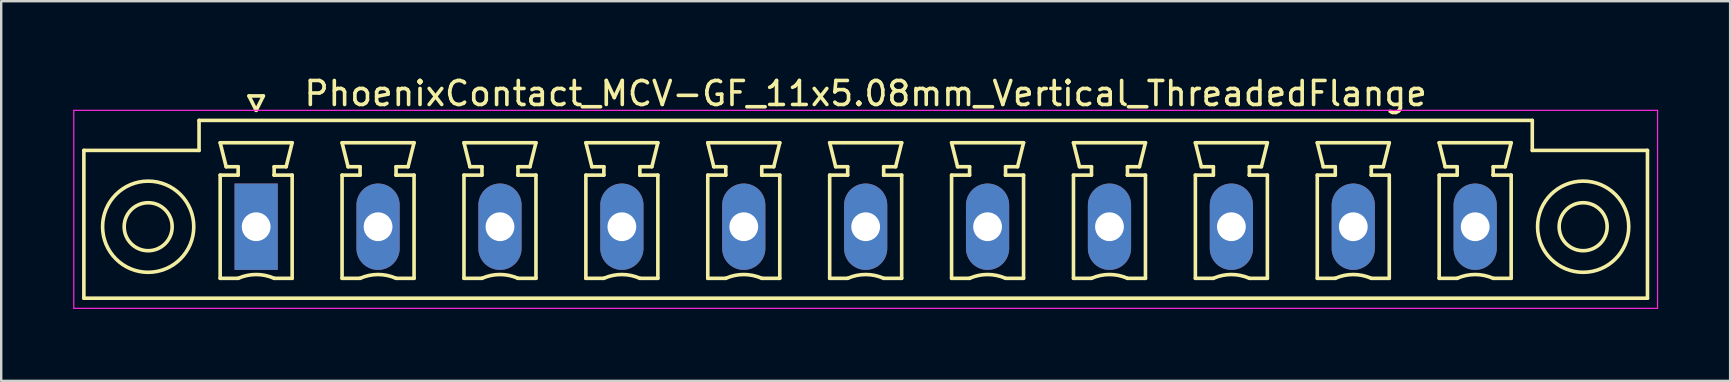
<source format=kicad_pcb>
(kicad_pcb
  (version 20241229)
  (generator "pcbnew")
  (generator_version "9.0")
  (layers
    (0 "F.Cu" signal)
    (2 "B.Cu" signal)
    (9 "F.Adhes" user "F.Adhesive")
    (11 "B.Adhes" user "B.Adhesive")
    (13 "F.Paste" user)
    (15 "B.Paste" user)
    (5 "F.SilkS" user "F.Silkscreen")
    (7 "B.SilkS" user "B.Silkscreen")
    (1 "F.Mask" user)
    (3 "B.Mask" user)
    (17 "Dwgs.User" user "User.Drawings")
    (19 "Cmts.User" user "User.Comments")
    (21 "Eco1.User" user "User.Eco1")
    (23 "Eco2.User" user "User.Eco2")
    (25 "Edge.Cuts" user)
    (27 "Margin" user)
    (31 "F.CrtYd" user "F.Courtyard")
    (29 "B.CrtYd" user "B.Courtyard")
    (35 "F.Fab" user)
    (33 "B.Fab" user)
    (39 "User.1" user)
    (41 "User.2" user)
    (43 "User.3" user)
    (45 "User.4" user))
  (footprint "PhoenixContact_MCV-GF_11x5.08mm_Vertical_ThreadedFlange"
    (layer "F.Cu")
    (at 7.625 6.398)
    (property "Reference" "PhoenixContact_MCV-GF_11x5.08mm_Vertical_ThreadedFlange" (at 25.4 -5.55 0) (layer "F.SilkS") (effects (font (size 1 1) (thickness 0.15))))
    (attr through_hole)
    (fp_line (start -7.18 -3.18) (end -7.18 2.98) (stroke (width 0.15) (type solid)) (layer "F.SilkS"))
    (fp_line (start -7.18 2.98) (end 57.98 2.98) (stroke (width 0.15) (type solid)) (layer "F.SilkS"))
    (fp_line (start -2.38 -4.43) (end -2.38 -3.18) (stroke (width 0.15) (type solid)) (layer "F.SilkS"))
    (fp_line (start -2.38 -3.18) (end -7.18 -3.18) (stroke (width 0.15) (type solid)) (layer "F.SilkS"))
    (fp_line (start -1.5 -3.5) (end 1.5 -3.5) (stroke (width 0.15) (type solid)) (layer "F.SilkS"))
    (fp_line (start -1.5 -2.15) (end -0.75 -2.15) (stroke (width 0.15) (type solid)) (layer "F.SilkS"))
    (fp_line (start -1.5 2.15) (end -1.5 -2.15) (stroke (width 0.15) (type solid)) (layer "F.SilkS"))
    (fp_line (start -1.25 -2.5) (end -1.5 -3.5) (stroke (width 0.15) (type solid)) (layer "F.SilkS"))
    (fp_line (start -0.75 -2.5) (end -1.25 -2.5) (stroke (width 0.15) (type solid)) (layer "F.SilkS"))
    (fp_line (start -0.75 -2.15) (end -0.75 -2.5) (stroke (width 0.15) (type solid)) (layer "F.SilkS"))
    (fp_line (start -0.75 2.15) (end -1.5 2.15) (stroke (width 0.15) (type solid)) (layer "F.SilkS"))
    (fp_line (start -0.3 -5.45) (end 0 -4.85) (stroke (width 0.15) (type solid)) (layer "F.SilkS"))
    (fp_line (start 0 -4.85) (end 0.3 -5.45) (stroke (width 0.15) (type solid)) (layer "F.SilkS"))
    (fp_line (start 0.3 -5.45) (end -0.3 -5.45) (stroke (width 0.15) (type solid)) (layer "F.SilkS"))
    (fp_line (start 0.75 -2.5) (end 0.75 -2.15) (stroke (width 0.15) (type solid)) (layer "F.SilkS"))
    (fp_line (start 0.75 -2.15) (end 0.75 -2.15) (stroke (width 0.15) (type solid)) (layer "F.SilkS"))
    (fp_line (start 0.75 -2.15) (end 1.5 -2.15) (stroke (width 0.15) (type solid)) (layer "F.SilkS"))
    (fp_line (start 1.25 -2.5) (end 0.75 -2.5) (stroke (width 0.15) (type solid)) (layer "F.SilkS"))
    (fp_line (start 1.5 -3.5) (end 1.25 -2.5) (stroke (width 0.15) (type solid)) (layer "F.SilkS"))
    (fp_line (start 1.5 -2.15) (end 1.5 2.15) (stroke (width 0.15) (type solid)) (layer "F.SilkS"))
    (fp_line (start 1.5 2.15) (end 0.75 2.15) (stroke (width 0.15) (type solid)) (layer "F.SilkS"))
    (fp_line (start 3.58 -3.5) (end 6.58 -3.5) (stroke (width 0.15) (type solid)) (layer "F.SilkS"))
    (fp_line (start 3.58 -2.15) (end 4.33 -2.15) (stroke (width 0.15) (type solid)) (layer "F.SilkS"))
    (fp_line (start 3.58 2.15) (end 3.58 -2.15) (stroke (width 0.15) (type solid)) (layer "F.SilkS"))
    (fp_line (start 3.83 -2.5) (end 3.58 -3.5) (stroke (width 0.15) (type solid)) (layer "F.SilkS"))
    (fp_line (start 4.33 -2.5) (end 3.83 -2.5) (stroke (width 0.15) (type solid)) (layer "F.SilkS"))
    (fp_line (start 4.33 -2.15) (end 4.33 -2.5) (stroke (width 0.15) (type solid)) (layer "F.SilkS"))
    (fp_line (start 4.33 2.15) (end 3.58 2.15) (stroke (width 0.15) (type solid)) (layer "F.SilkS"))
    (fp_line (start 5.83 -2.5) (end 5.83 -2.15) (stroke (width 0.15) (type solid)) (layer "F.SilkS"))
    (fp_line (start 5.83 -2.15) (end 5.83 -2.15) (stroke (width 0.15) (type solid)) (layer "F.SilkS"))
    (fp_line (start 5.83 -2.15) (end 6.58 -2.15) (stroke (width 0.15) (type solid)) (layer "F.SilkS"))
    (fp_line (start 6.33 -2.5) (end 5.83 -2.5) (stroke (width 0.15) (type solid)) (layer "F.SilkS"))
    (fp_line (start 6.58 -3.5) (end 6.33 -2.5) (stroke (width 0.15) (type solid)) (layer "F.SilkS"))
    (fp_line (start 6.58 -2.15) (end 6.58 2.15) (stroke (width 0.15) (type solid)) (layer "F.SilkS"))
    (fp_line (start 6.58 2.15) (end 5.83 2.15) (stroke (width 0.15) (type solid)) (layer "F.SilkS"))
    (fp_line (start 8.66 -3.5) (end 11.66 -3.5) (stroke (width 0.15) (type solid)) (layer "F.SilkS"))
    (fp_line (start 8.66 -2.15) (end 9.41 -2.15) (stroke (width 0.15) (type solid)) (layer "F.SilkS"))
    (fp_line (start 8.66 2.15) (end 8.66 -2.15) (stroke (width 0.15) (type solid)) (layer "F.SilkS"))
    (fp_line (start 8.91 -2.5) (end 8.66 -3.5) (stroke (width 0.15) (type solid)) (layer "F.SilkS"))
    (fp_line (start 9.41 -2.5) (end 8.91 -2.5) (stroke (width 0.15) (type solid)) (layer "F.SilkS"))
    (fp_line (start 9.41 -2.15) (end 9.41 -2.5) (stroke (width 0.15) (type solid)) (layer "F.SilkS"))
    (fp_line (start 9.41 2.15) (end 8.66 2.15) (stroke (width 0.15) (type solid)) (layer "F.SilkS"))
    (fp_line (start 10.91 -2.5) (end 10.91 -2.15) (stroke (width 0.15) (type solid)) (layer "F.SilkS"))
    (fp_line (start 10.91 -2.15) (end 10.91 -2.15) (stroke (width 0.15) (type solid)) (layer "F.SilkS"))
    (fp_line (start 10.91 -2.15) (end 11.66 -2.15) (stroke (width 0.15) (type solid)) (layer "F.SilkS"))
    (fp_line (start 11.41 -2.5) (end 10.91 -2.5) (stroke (width 0.15) (type solid)) (layer "F.SilkS"))
    (fp_line (start 11.66 -3.5) (end 11.41 -2.5) (stroke (width 0.15) (type solid)) (layer "F.SilkS"))
    (fp_line (start 11.66 -2.15) (end 11.66 2.15) (stroke (width 0.15) (type solid)) (layer "F.SilkS"))
    (fp_line (start 11.66 2.15) (end 10.91 2.15) (stroke (width 0.15) (type solid)) (layer "F.SilkS"))
    (fp_line (start 13.74 -3.5) (end 16.74 -3.5) (stroke (width 0.15) (type solid)) (layer "F.SilkS"))
    (fp_line (start 13.74 -2.15) (end 14.49 -2.15) (stroke (width 0.15) (type solid)) (layer "F.SilkS"))
    (fp_line (start 13.74 2.15) (end 13.74 -2.15) (stroke (width 0.15) (type solid)) (layer "F.SilkS"))
    (fp_line (start 13.99 -2.5) (end 13.74 -3.5) (stroke (width 0.15) (type solid)) (layer "F.SilkS"))
    (fp_line (start 14.49 -2.5) (end 13.99 -2.5) (stroke (width 0.15) (type solid)) (layer "F.SilkS"))
    (fp_line (start 14.49 -2.15) (end 14.49 -2.5) (stroke (width 0.15) (type solid)) (layer "F.SilkS"))
    (fp_line (start 14.49 2.15) (end 13.74 2.15) (stroke (width 0.15) (type solid)) (layer "F.SilkS"))
    (fp_line (start 15.99 -2.5) (end 15.99 -2.15) (stroke (width 0.15) (type solid)) (layer "F.SilkS"))
    (fp_line (start 15.99 -2.15) (end 15.99 -2.15) (stroke (width 0.15) (type solid)) (layer "F.SilkS"))
    (fp_line (start 15.99 -2.15) (end 16.74 -2.15) (stroke (width 0.15) (type solid)) (layer "F.SilkS"))
    (fp_line (start 16.49 -2.5) (end 15.99 -2.5) (stroke (width 0.15) (type solid)) (layer "F.SilkS"))
    (fp_line (start 16.74 -3.5) (end 16.49 -2.5) (stroke (width 0.15) (type solid)) (layer "F.SilkS"))
    (fp_line (start 16.74 -2.15) (end 16.74 2.15) (stroke (width 0.15) (type solid)) (layer "F.SilkS"))
    (fp_line (start 16.74 2.15) (end 15.99 2.15) (stroke (width 0.15) (type solid)) (layer "F.SilkS"))
    (fp_line (start 18.82 -3.5) (end 21.82 -3.5) (stroke (width 0.15) (type solid)) (layer "F.SilkS"))
    (fp_line (start 18.82 -2.15) (end 19.57 -2.15) (stroke (width 0.15) (type solid)) (layer "F.SilkS"))
    (fp_line (start 18.82 2.15) (end 18.82 -2.15) (stroke (width 0.15) (type solid)) (layer "F.SilkS"))
    (fp_line (start 19.07 -2.5) (end 18.82 -3.5) (stroke (width 0.15) (type solid)) (layer "F.SilkS"))
    (fp_line (start 19.57 -2.5) (end 19.07 -2.5) (stroke (width 0.15) (type solid)) (layer "F.SilkS"))
    (fp_line (start 19.57 -2.15) (end 19.57 -2.5) (stroke (width 0.15) (type solid)) (layer "F.SilkS"))
    (fp_line (start 19.57 2.15) (end 18.82 2.15) (stroke (width 0.15) (type solid)) (layer "F.SilkS"))
    (fp_line (start 21.07 -2.5) (end 21.07 -2.15) (stroke (width 0.15) (type solid)) (layer "F.SilkS"))
    (fp_line (start 21.07 -2.15) (end 21.07 -2.15) (stroke (width 0.15) (type solid)) (layer "F.SilkS"))
    (fp_line (start 21.07 -2.15) (end 21.82 -2.15) (stroke (width 0.15) (type solid)) (layer "F.SilkS"))
    (fp_line (start 21.57 -2.5) (end 21.07 -2.5) (stroke (width 0.15) (type solid)) (layer "F.SilkS"))
    (fp_line (start 21.82 -3.5) (end 21.57 -2.5) (stroke (width 0.15) (type solid)) (layer "F.SilkS"))
    (fp_line (start 21.82 -2.15) (end 21.82 2.15) (stroke (width 0.15) (type solid)) (layer "F.SilkS"))
    (fp_line (start 21.82 2.15) (end 21.07 2.15) (stroke (width 0.15) (type solid)) (layer "F.SilkS"))
    (fp_line (start 23.9 -3.5) (end 26.9 -3.5) (stroke (width 0.15) (type solid)) (layer "F.SilkS"))
    (fp_line (start 23.9 -2.15) (end 24.65 -2.15) (stroke (width 0.15) (type solid)) (layer "F.SilkS"))
    (fp_line (start 23.9 2.15) (end 23.9 -2.15) (stroke (width 0.15) (type solid)) (layer "F.SilkS"))
    (fp_line (start 24.15 -2.5) (end 23.9 -3.5) (stroke (width 0.15) (type solid)) (layer "F.SilkS"))
    (fp_line (start 24.65 -2.5) (end 24.15 -2.5) (stroke (width 0.15) (type solid)) (layer "F.SilkS"))
    (fp_line (start 24.65 -2.15) (end 24.65 -2.5) (stroke (width 0.15) (type solid)) (layer "F.SilkS"))
    (fp_line (start 24.65 2.15) (end 23.9 2.15) (stroke (width 0.15) (type solid)) (layer "F.SilkS"))
    (fp_line (start 26.15 -2.5) (end 26.15 -2.15) (stroke (width 0.15) (type solid)) (layer "F.SilkS"))
    (fp_line (start 26.15 -2.15) (end 26.15 -2.15) (stroke (width 0.15) (type solid)) (layer "F.SilkS"))
    (fp_line (start 26.15 -2.15) (end 26.9 -2.15) (stroke (width 0.15) (type solid)) (layer "F.SilkS"))
    (fp_line (start 26.65 -2.5) (end 26.15 -2.5) (stroke (width 0.15) (type solid)) (layer "F.SilkS"))
    (fp_line (start 26.9 -3.5) (end 26.65 -2.5) (stroke (width 0.15) (type solid)) (layer "F.SilkS"))
    (fp_line (start 26.9 -2.15) (end 26.9 2.15) (stroke (width 0.15) (type solid)) (layer "F.SilkS"))
    (fp_line (start 26.9 2.15) (end 26.15 2.15) (stroke (width 0.15) (type solid)) (layer "F.SilkS"))
    (fp_line (start 28.98 -3.5) (end 31.98 -3.5) (stroke (width 0.15) (type solid)) (layer "F.SilkS"))
    (fp_line (start 28.98 -2.15) (end 29.73 -2.15) (stroke (width 0.15) (type solid)) (layer "F.SilkS"))
    (fp_line (start 28.98 2.15) (end 28.98 -2.15) (stroke (width 0.15) (type solid)) (layer "F.SilkS"))
    (fp_line (start 29.23 -2.5) (end 28.98 -3.5) (stroke (width 0.15) (type solid)) (layer "F.SilkS"))
    (fp_line (start 29.73 -2.5) (end 29.23 -2.5) (stroke (width 0.15) (type solid)) (layer "F.SilkS"))
    (fp_line (start 29.73 -2.15) (end 29.73 -2.5) (stroke (width 0.15) (type solid)) (layer "F.SilkS"))
    (fp_line (start 29.73 2.15) (end 28.98 2.15) (stroke (width 0.15) (type solid)) (layer "F.SilkS"))
    (fp_line (start 31.23 -2.5) (end 31.23 -2.15) (stroke (width 0.15) (type solid)) (layer "F.SilkS"))
    (fp_line (start 31.23 -2.15) (end 31.23 -2.15) (stroke (width 0.15) (type solid)) (layer "F.SilkS"))
    (fp_line (start 31.23 -2.15) (end 31.98 -2.15) (stroke (width 0.15) (type solid)) (layer "F.SilkS"))
    (fp_line (start 31.73 -2.5) (end 31.23 -2.5) (stroke (width 0.15) (type solid)) (layer "F.SilkS"))
    (fp_line (start 31.98 -3.5) (end 31.73 -2.5) (stroke (width 0.15) (type solid)) (layer "F.SilkS"))
    (fp_line (start 31.98 -2.15) (end 31.98 2.15) (stroke (width 0.15) (type solid)) (layer "F.SilkS"))
    (fp_line (start 31.98 2.15) (end 31.23 2.15) (stroke (width 0.15) (type solid)) (layer "F.SilkS"))
    (fp_line (start 34.06 -3.5) (end 37.06 -3.5) (stroke (width 0.15) (type solid)) (layer "F.SilkS"))
    (fp_line (start 34.06 -2.15) (end 34.81 -2.15) (stroke (width 0.15) (type solid)) (layer "F.SilkS"))
    (fp_line (start 34.06 2.15) (end 34.06 -2.15) (stroke (width 0.15) (type solid)) (layer "F.SilkS"))
    (fp_line (start 34.31 -2.5) (end 34.06 -3.5) (stroke (width 0.15) (type solid)) (layer "F.SilkS"))
    (fp_line (start 34.81 -2.5) (end 34.31 -2.5) (stroke (width 0.15) (type solid)) (layer "F.SilkS"))
    (fp_line (start 34.81 -2.15) (end 34.81 -2.5) (stroke (width 0.15) (type solid)) (layer "F.SilkS"))
    (fp_line (start 34.81 2.15) (end 34.06 2.15) (stroke (width 0.15) (type solid)) (layer "F.SilkS"))
    (fp_line (start 36.31 -2.5) (end 36.31 -2.15) (stroke (width 0.15) (type solid)) (layer "F.SilkS"))
    (fp_line (start 36.31 -2.15) (end 36.31 -2.15) (stroke (width 0.15) (type solid)) (layer "F.SilkS"))
    (fp_line (start 36.31 -2.15) (end 37.06 -2.15) (stroke (width 0.15) (type solid)) (layer "F.SilkS"))
    (fp_line (start 36.81 -2.5) (end 36.31 -2.5) (stroke (width 0.15) (type solid)) (layer "F.SilkS"))
    (fp_line (start 37.06 -3.5) (end 36.81 -2.5) (stroke (width 0.15) (type solid)) (layer "F.SilkS"))
    (fp_line (start 37.06 -2.15) (end 37.06 2.15) (stroke (width 0.15) (type solid)) (layer "F.SilkS"))
    (fp_line (start 37.06 2.15) (end 36.31 2.15) (stroke (width 0.15) (type solid)) (layer "F.SilkS"))
    (fp_line (start 39.14 -3.5) (end 42.14 -3.5) (stroke (width 0.15) (type solid)) (layer "F.SilkS"))
    (fp_line (start 39.14 -2.15) (end 39.89 -2.15) (stroke (width 0.15) (type solid)) (layer "F.SilkS"))
    (fp_line (start 39.14 2.15) (end 39.14 -2.15) (stroke (width 0.15) (type solid)) (layer "F.SilkS"))
    (fp_line (start 39.39 -2.5) (end 39.14 -3.5) (stroke (width 0.15) (type solid)) (layer "F.SilkS"))
    (fp_line (start 39.89 -2.5) (end 39.39 -2.5) (stroke (width 0.15) (type solid)) (layer "F.SilkS"))
    (fp_line (start 39.89 -2.15) (end 39.89 -2.5) (stroke (width 0.15) (type solid)) (layer "F.SilkS"))
    (fp_line (start 39.89 2.15) (end 39.14 2.15) (stroke (width 0.15) (type solid)) (layer "F.SilkS"))
    (fp_line (start 41.39 -2.5) (end 41.39 -2.15) (stroke (width 0.15) (type solid)) (layer "F.SilkS"))
    (fp_line (start 41.39 -2.15) (end 41.39 -2.15) (stroke (width 0.15) (type solid)) (layer "F.SilkS"))
    (fp_line (start 41.39 -2.15) (end 42.14 -2.15) (stroke (width 0.15) (type solid)) (layer "F.SilkS"))
    (fp_line (start 41.89 -2.5) (end 41.39 -2.5) (stroke (width 0.15) (type solid)) (layer "F.SilkS"))
    (fp_line (start 42.14 -3.5) (end 41.89 -2.5) (stroke (width 0.15) (type solid)) (layer "F.SilkS"))
    (fp_line (start 42.14 -2.15) (end 42.14 2.15) (stroke (width 0.15) (type solid)) (layer "F.SilkS"))
    (fp_line (start 42.14 2.15) (end 41.39 2.15) (stroke (width 0.15) (type solid)) (layer "F.SilkS"))
    (fp_line (start 44.22 -3.5) (end 47.22 -3.5) (stroke (width 0.15) (type solid)) (layer "F.SilkS"))
    (fp_line (start 44.22 -2.15) (end 44.97 -2.15) (stroke (width 0.15) (type solid)) (layer "F.SilkS"))
    (fp_line (start 44.22 2.15) (end 44.22 -2.15) (stroke (width 0.15) (type solid)) (layer "F.SilkS"))
    (fp_line (start 44.47 -2.5) (end 44.22 -3.5) (stroke (width 0.15) (type solid)) (layer "F.SilkS"))
    (fp_line (start 44.97 -2.5) (end 44.47 -2.5) (stroke (width 0.15) (type solid)) (layer "F.SilkS"))
    (fp_line (start 44.97 -2.15) (end 44.97 -2.5) (stroke (width 0.15) (type solid)) (layer "F.SilkS"))
    (fp_line (start 44.97 2.15) (end 44.22 2.15) (stroke (width 0.15) (type solid)) (layer "F.SilkS"))
    (fp_line (start 46.47 -2.5) (end 46.47 -2.15) (stroke (width 0.15) (type solid)) (layer "F.SilkS"))
    (fp_line (start 46.47 -2.15) (end 46.47 -2.15) (stroke (width 0.15) (type solid)) (layer "F.SilkS"))
    (fp_line (start 46.47 -2.15) (end 47.22 -2.15) (stroke (width 0.15) (type solid)) (layer "F.SilkS"))
    (fp_line (start 46.97 -2.5) (end 46.47 -2.5) (stroke (width 0.15) (type solid)) (layer "F.SilkS"))
    (fp_line (start 47.22 -3.5) (end 46.97 -2.5) (stroke (width 0.15) (type solid)) (layer "F.SilkS"))
    (fp_line (start 47.22 -2.15) (end 47.22 2.15) (stroke (width 0.15) (type solid)) (layer "F.SilkS"))
    (fp_line (start 47.22 2.15) (end 46.47 2.15) (stroke (width 0.15) (type solid)) (layer "F.SilkS"))
    (fp_line (start 49.3 -3.5) (end 52.3 -3.5) (stroke (width 0.15) (type solid)) (layer "F.SilkS"))
    (fp_line (start 49.3 -2.15) (end 50.05 -2.15) (stroke (width 0.15) (type solid)) (layer "F.SilkS"))
    (fp_line (start 49.3 2.15) (end 49.3 -2.15) (stroke (width 0.15) (type solid)) (layer "F.SilkS"))
    (fp_line (start 49.55 -2.5) (end 49.3 -3.5) (stroke (width 0.15) (type solid)) (layer "F.SilkS"))
    (fp_line (start 50.05 -2.5) (end 49.55 -2.5) (stroke (width 0.15) (type solid)) (layer "F.SilkS"))
    (fp_line (start 50.05 -2.15) (end 50.05 -2.5) (stroke (width 0.15) (type solid)) (layer "F.SilkS"))
    (fp_line (start 50.05 2.15) (end 49.3 2.15) (stroke (width 0.15) (type solid)) (layer "F.SilkS"))
    (fp_line (start 51.55 -2.5) (end 51.55 -2.15) (stroke (width 0.15) (type solid)) (layer "F.SilkS"))
    (fp_line (start 51.55 -2.15) (end 51.55 -2.15) (stroke (width 0.15) (type solid)) (layer "F.SilkS"))
    (fp_line (start 51.55 -2.15) (end 52.3 -2.15) (stroke (width 0.15) (type solid)) (layer "F.SilkS"))
    (fp_line (start 52.05 -2.5) (end 51.55 -2.5) (stroke (width 0.15) (type solid)) (layer "F.SilkS"))
    (fp_line (start 52.3 -3.5) (end 52.05 -2.5) (stroke (width 0.15) (type solid)) (layer "F.SilkS"))
    (fp_line (start 52.3 -2.15) (end 52.3 2.15) (stroke (width 0.15) (type solid)) (layer "F.SilkS"))
    (fp_line (start 52.3 2.15) (end 51.55 2.15) (stroke (width 0.15) (type solid)) (layer "F.SilkS"))
    (fp_line (start 53.18 -4.43) (end -2.38 -4.43) (stroke (width 0.15) (type solid)) (layer "F.SilkS"))
    (fp_line (start 53.18 -3.18) (end 53.18 -4.43) (stroke (width 0.15) (type solid)) (layer "F.SilkS"))
    (fp_line (start 57.98 -3.18) (end 53.18 -3.18) (stroke (width 0.15) (type solid)) (layer "F.SilkS"))
    (fp_line (start 57.98 2.98) (end 57.98 -3.18) (stroke (width 0.15) (type solid)) (layer "F.SilkS"))
    (fp_arc (start -0.75 2.15) (mid -0.000193 1.99191) (end 0.749647 2.149844) (stroke (width 0.15) (type solid)) (layer "F.SilkS"))
    (fp_arc (start 4.33 2.15) (mid 5.079807 1.99191) (end 5.829647 2.149844) (stroke (width 0.15) (type solid)) (layer "F.SilkS"))
    (fp_arc (start 9.41 2.15) (mid 10.159807 1.99191) (end 10.909647 2.149844) (stroke (width 0.15) (type solid)) (layer "F.SilkS"))
    (fp_arc (start 14.49 2.15) (mid 15.239807 1.99191) (end 15.989647 2.149844) (stroke (width 0.15) (type solid)) (layer "F.SilkS"))
    (fp_arc (start 19.57 2.15) (mid 20.319807 1.99191) (end 21.069647 2.149844) (stroke (width 0.15) (type solid)) (layer "F.SilkS"))
    (fp_arc (start 24.65 2.15) (mid 25.399807 1.99191) (end 26.149647 2.149844) (stroke (width 0.15) (type solid)) (layer "F.SilkS"))
    (fp_arc (start 29.73 2.15) (mid 30.479807 1.99191) (end 31.229647 2.149844) (stroke (width 0.15) (type solid)) (layer "F.SilkS"))
    (fp_arc (start 34.81 2.15) (mid 35.559807 1.99191) (end 36.309647 2.149844) (stroke (width 0.15) (type solid)) (layer "F.SilkS"))
    (fp_arc (start 39.89 2.15) (mid 40.639807 1.99191) (end 41.389647 2.149844) (stroke (width 0.15) (type solid)) (layer "F.SilkS"))
    (fp_arc (start 44.97 2.15) (mid 45.719807 1.99191) (end 46.469647 2.149844) (stroke (width 0.15) (type solid)) (layer "F.SilkS"))
    (fp_arc (start 50.05 2.15) (mid 50.799807 1.99191) (end 51.549647 2.149844) (stroke (width 0.15) (type solid)) (layer "F.SilkS"))
    (fp_circle (center -4.5 0) (end -3.5 0) (stroke (width 0.15) (type solid)) (fill no) (layer "F.SilkS"))
    (fp_circle (center -4.5 0) (end -2.6 0) (stroke (width 0.15) (type solid)) (fill no) (layer "F.SilkS"))
    (fp_circle (center 55.3 0) (end 56.3 0) (stroke (width 0.15) (type solid)) (fill no) (layer "F.SilkS"))
    (fp_circle (center 55.3 0) (end 57.2 0) (stroke (width 0.15) (type solid)) (fill no) (layer "F.SilkS"))
    (fp_line (start -7.6 -4.85) (end -7.6 3.4) (stroke (width 0.05) (type solid)) (layer "F.CrtYd"))
    (fp_line (start -7.6 3.4) (end 58.4 3.4) (stroke (width 0.05) (type solid)) (layer "F.CrtYd"))
    (fp_line (start 58.4 -4.85) (end -7.6 -4.85) (stroke (width 0.05) (type solid)) (layer "F.CrtYd"))
    (fp_line (start 58.4 3.4) (end 58.4 -4.85) (stroke (width 0.05) (type solid)) (layer "F.CrtYd"))
    (pad "1" thru_hole rect (at 0 0) (size 1.8 3.6) (drill 1.2) (layers "*.Cu" "*.Mask"))
    (pad "2" thru_hole oval (at 5.08 0) (size 1.8 3.6) (drill 1.2) (layers "*.Cu" "*.Mask"))
    (pad "3" thru_hole oval (at 10.16 0) (size 1.8 3.6) (drill 1.2) (layers "*.Cu" "*.Mask"))
    (pad "4" thru_hole oval (at 15.24 0) (size 1.8 3.6) (drill 1.2) (layers "*.Cu" "*.Mask"))
    (pad "5" thru_hole oval (at 20.32 0) (size 1.8 3.6) (drill 1.2) (layers "*.Cu" "*.Mask"))
    (pad "6" thru_hole oval (at 25.4 0) (size 1.8 3.6) (drill 1.2) (layers "*.Cu" "*.Mask"))
    (pad "7" thru_hole oval (at 30.48 0) (size 1.8 3.6) (drill 1.2) (layers "*.Cu" "*.Mask"))
    (pad "8" thru_hole oval (at 35.56 0) (size 1.8 3.6) (drill 1.2) (layers "*.Cu" "*.Mask"))
    (pad "9" thru_hole oval (at 40.64 0) (size 1.8 3.6) (drill 1.2) (layers "*.Cu" "*.Mask"))
    (pad "10" thru_hole oval (at 45.72 0) (size 1.8 3.6) (drill 1.2) (layers "*.Cu" "*.Mask"))
    (pad "11" thru_hole oval (at 50.8 0) (size 1.8 3.6) (drill 1.2) (layers "*.Cu" "*.Mask")))
  (gr_rect
    (start -3 -3)
    (end 69.05 12.823)
    (stroke (width 0.1) (type default))
    (fill no)
    (layer "Edge.Cuts")))
</source>
